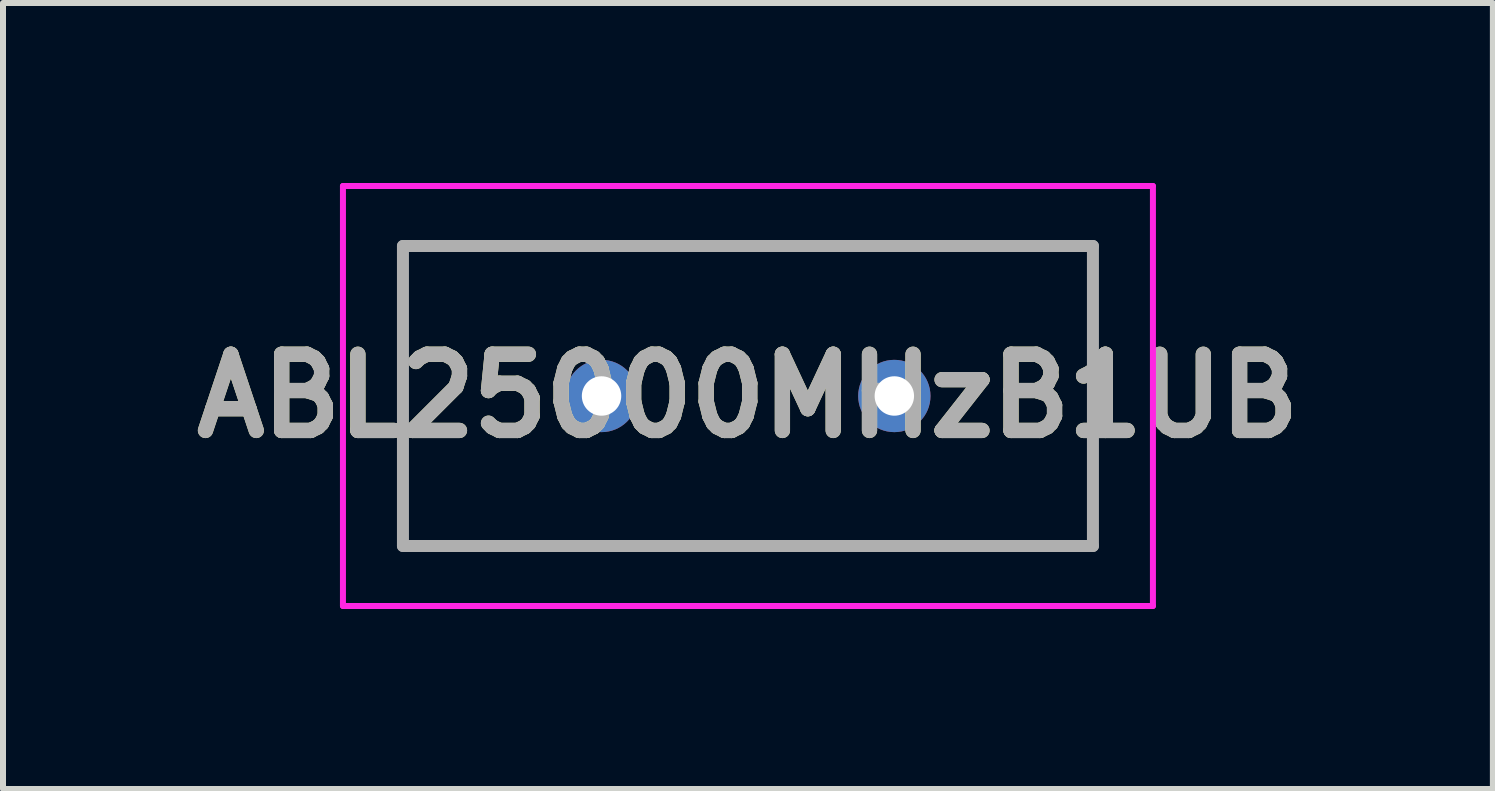
<source format=kicad_pcb>
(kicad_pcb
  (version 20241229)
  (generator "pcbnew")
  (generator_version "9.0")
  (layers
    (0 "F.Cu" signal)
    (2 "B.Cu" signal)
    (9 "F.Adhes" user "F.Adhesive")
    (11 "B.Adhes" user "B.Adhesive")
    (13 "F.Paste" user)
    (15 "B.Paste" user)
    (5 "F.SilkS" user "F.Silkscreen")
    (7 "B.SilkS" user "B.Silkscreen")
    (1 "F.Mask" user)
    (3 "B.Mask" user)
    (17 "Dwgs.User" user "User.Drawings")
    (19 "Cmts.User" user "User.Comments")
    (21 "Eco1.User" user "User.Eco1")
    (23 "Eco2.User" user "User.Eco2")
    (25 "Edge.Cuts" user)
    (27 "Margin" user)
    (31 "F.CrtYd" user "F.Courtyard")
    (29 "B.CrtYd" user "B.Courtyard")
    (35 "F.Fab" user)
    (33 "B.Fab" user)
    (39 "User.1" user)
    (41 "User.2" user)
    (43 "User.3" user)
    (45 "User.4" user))
  (footprint "ABL25000MHzB1UB"
    (layer "F.Cu")
    (at 6.976 3.55)
    (property "Reference" "ABL25000MHzB1UB" (at 2.44 0 0) (layer "F.SilkS") (effects (font (size 1.27 1.27) (thickness 0.254))))
    (attr through_hole)
    (fp_line (start -3.31 -2.5) (end 8.19 -2.5) (stroke (width 0.1) (type solid)) (layer "F.SilkS"))
    (fp_line (start -3.31 2.5) (end -3.31 -2.5) (stroke (width 0.1) (type solid)) (layer "F.SilkS"))
    (fp_line (start 8.19 -2.5) (end 8.19 2.5) (stroke (width 0.1) (type solid)) (layer "F.SilkS"))
    (fp_line (start 8.19 2.5) (end -3.31 2.5) (stroke (width 0.1) (type solid)) (layer "F.SilkS"))
    (fp_line (start -4.31 -3.5) (end 9.19 -3.5) (stroke (width 0.1) (type solid)) (layer "F.CrtYd"))
    (fp_line (start -4.31 3.5) (end -4.31 -3.5) (stroke (width 0.1) (type solid)) (layer "F.CrtYd"))
    (fp_line (start 9.19 -3.5) (end 9.19 3.5) (stroke (width 0.1) (type solid)) (layer "F.CrtYd"))
    (fp_line (start 9.19 3.5) (end -4.31 3.5) (stroke (width 0.1) (type solid)) (layer "F.CrtYd"))
    (fp_line (start -3.31 -2.5) (end -3.31 2.5) (stroke (width 0.2) (type solid)) (layer "F.Fab"))
    (fp_line (start -3.31 2.5) (end 8.19 2.5) (stroke (width 0.2) (type solid)) (layer "F.Fab"))
    (fp_line (start 8.19 -2.5) (end -3.31 -2.5) (stroke (width 0.2) (type solid)) (layer "F.Fab"))
    (fp_line (start 8.19 2.5) (end 8.19 -2.5) (stroke (width 0.2) (type solid)) (layer "F.Fab"))
    (fp_text user "${REFERENCE}" (at 2.44 0 0) (layer "F.Fab") (effects (font (size 1.27 1.27) (thickness 0.254))))
    (pad "1" thru_hole circle (at 0 0) (size 1.205 1.205) (drill 0.657) (layers "*.Cu" "*.Mask"))
    (pad "2" thru_hole circle (at 4.88 0) (size 1.205 1.205) (drill 0.657) (layers "*.Cu" "*.Mask")))
  (gr_rect
    (start -3 -3)
    (end 21.832 10.1)
    (stroke (width 0.1) (type default))
    (fill no)
    (layer "Edge.Cuts")))
</source>
